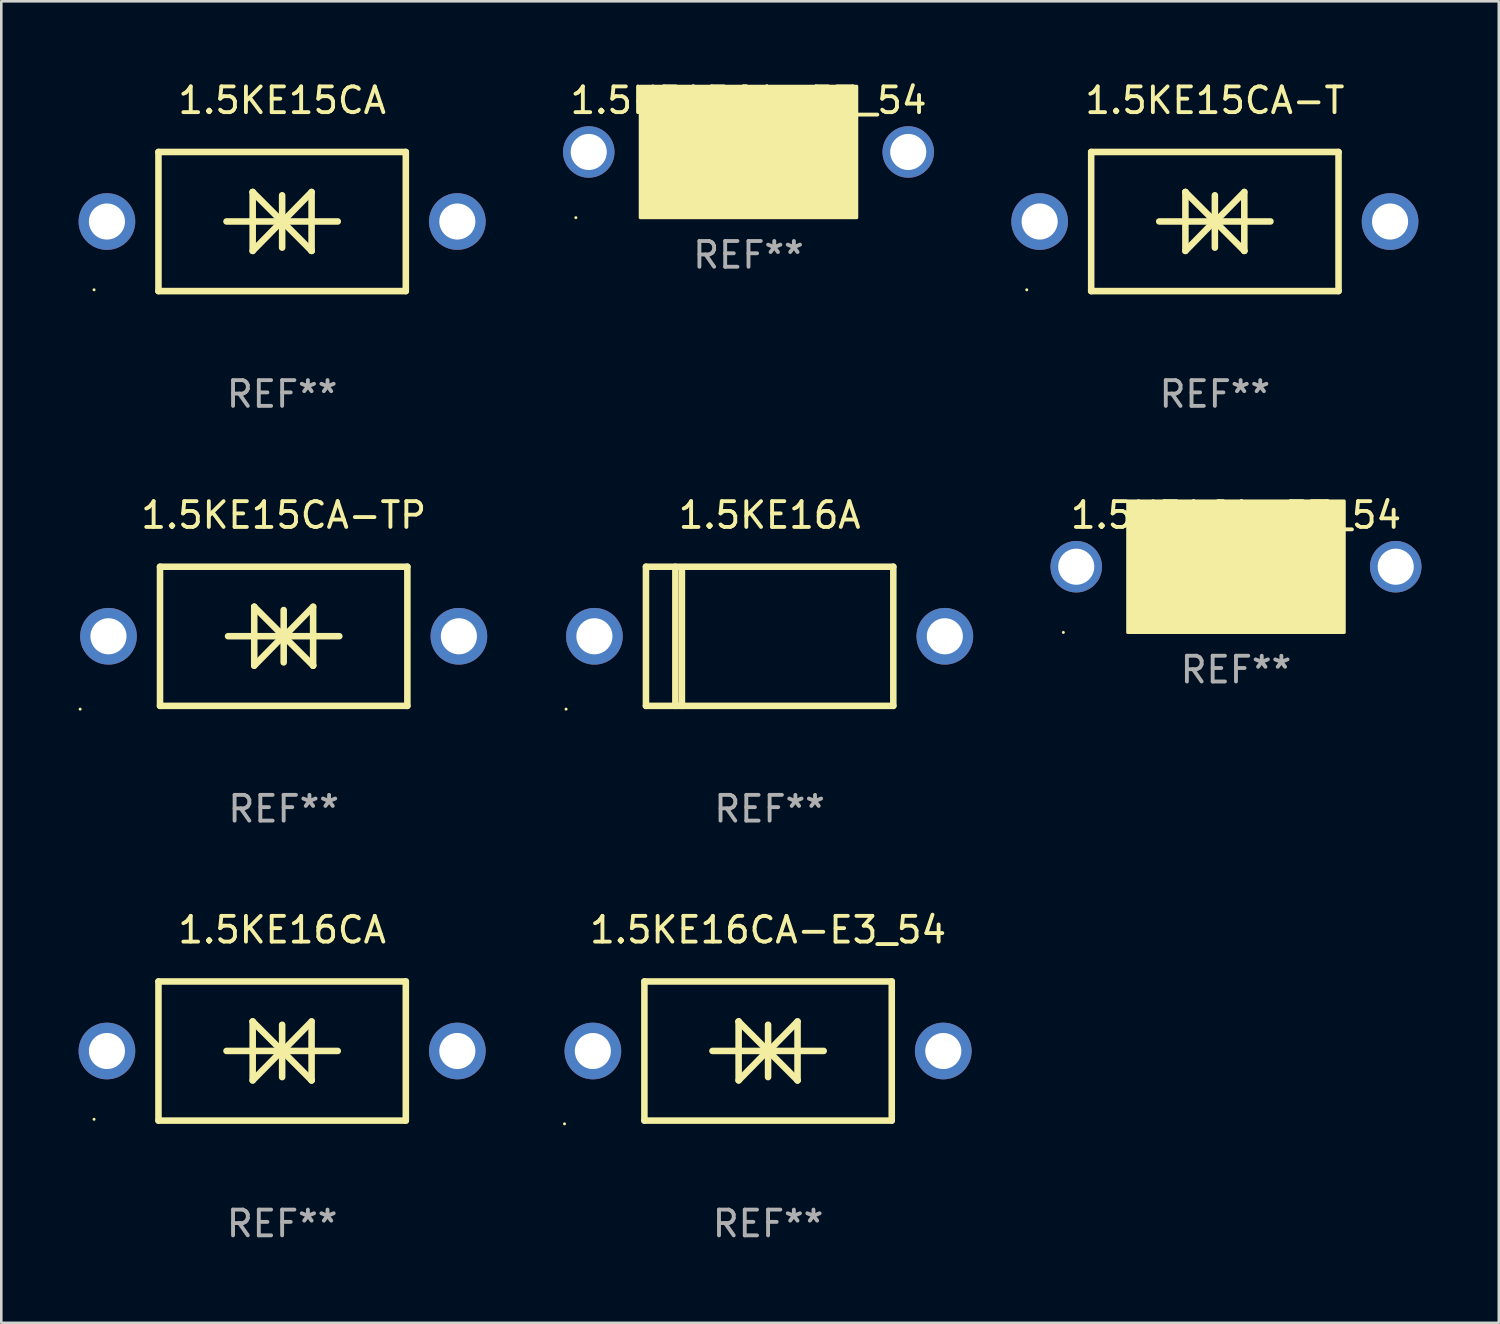
<source format=kicad_pcb>
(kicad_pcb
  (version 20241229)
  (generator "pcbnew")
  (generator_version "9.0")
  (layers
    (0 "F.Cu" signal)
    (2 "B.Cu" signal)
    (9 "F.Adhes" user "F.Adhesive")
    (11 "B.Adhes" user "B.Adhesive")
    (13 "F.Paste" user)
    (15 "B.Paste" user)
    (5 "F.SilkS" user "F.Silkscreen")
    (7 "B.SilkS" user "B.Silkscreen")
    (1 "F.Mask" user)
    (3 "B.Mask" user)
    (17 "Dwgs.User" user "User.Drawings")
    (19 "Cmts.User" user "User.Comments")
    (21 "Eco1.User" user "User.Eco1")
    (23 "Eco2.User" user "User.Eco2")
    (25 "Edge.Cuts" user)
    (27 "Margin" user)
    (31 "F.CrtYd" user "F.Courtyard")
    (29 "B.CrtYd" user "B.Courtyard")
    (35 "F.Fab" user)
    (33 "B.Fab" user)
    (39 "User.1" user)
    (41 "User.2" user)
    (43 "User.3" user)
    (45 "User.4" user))
  (footprint "1.5KE16CA-E3_54"
    (layer "F.Cu")
    (at 26.76 37.741)
    (property "Reference" "1.5KE16CA-E3_54" (at 0 -4.7 0) (layer "F.SilkS") (effects (font (size 1 1) (thickness 0.15))))
    (attr through_hole)
    (fp_line (start -4.8 -2.7) (end -4.8 2.7) (stroke (width 0.254) (type solid)) (layer "F.SilkS"))
    (fp_line (start -4.8 -2.7) (end 4.8 -2.7) (stroke (width 0.254) (type solid)) (layer "F.SilkS"))
    (fp_line (start -2.159 -0.003) (end 2.159 -0.003) (stroke (width 0.254) (type solid)) (layer "F.SilkS"))
    (fp_line (start -1.143 -1.146) (end -1.143 1.14) (stroke (width 0.254) (type solid)) (layer "F.SilkS"))
    (fp_line (start -1.143 -1.143) (end -1.143 -1.146) (stroke (width 0.254) (type solid)) (layer "F.SilkS"))
    (fp_line (start 0 -1.019) (end 0 1.013) (stroke (width 0.254) (type solid)) (layer "F.SilkS"))
    (fp_line (start 0 -0.026) (end -1.143 1.14) (stroke (width 0.254) (type solid)) (layer "F.SilkS"))
    (fp_line (start 0 -0.006) (end 1.143 1.137) (stroke (width 0.254) (type solid)) (layer "F.SilkS"))
    (fp_line (start 0 0) (end -1.143 -1.143) (stroke (width 0.254) (type solid)) (layer "F.SilkS"))
    (fp_line (start 0 0.02) (end 1.143 -1.146) (stroke (width 0.254) (type solid)) (layer "F.SilkS"))
    (fp_line (start 1.143 1.137) (end 1.143 1.14) (stroke (width 0.254) (type solid)) (layer "F.SilkS"))
    (fp_line (start 1.143 1.14) (end 1.143 -1.146) (stroke (width 0.254) (type solid)) (layer "F.SilkS"))
    (fp_line (start 4.8 -2.7) (end 4.8 2.7) (stroke (width 0.254) (type solid)) (layer "F.SilkS"))
    (fp_line (start 4.8 2.7) (end -4.8 2.7) (stroke (width 0.254) (type solid)) (layer "F.SilkS"))
    (fp_circle (center -7.9 2.827) (end -7.87 2.827) (stroke (width 0.06) (type solid)) (fill no) (layer "F.SilkS"))
    (fp_text user "REF**" (at 0 6.7 0) (layer "F.Fab") (effects (font (size 1 1) (thickness 0.15))))
    (pad "1" thru_hole circle (at -6.8 0) (size 2.2 2.2) (drill 1.4) (layers "*.Cu" "*.Mask"))
    (pad "2" thru_hole circle (at 6.8 0) (size 2.2 2.2) (drill 1.4) (layers "*.Cu" "*.Mask")))
  (footprint "1.5KE16CA"
    (layer "F.Cu")
    (at 7.9 37.741)
    (property "Reference" "1.5KE16CA" (at 0 -4.7 0) (layer "F.SilkS") (effects (font (size 1 1) (thickness 0.15))))
    (attr through_hole)
    (fp_line (start -4.8 -2.7) (end -4.8 2.7) (stroke (width 0.254) (type solid)) (layer "F.SilkS"))
    (fp_line (start -4.8 -2.7) (end 4.8 -2.7) (stroke (width 0.254) (type solid)) (layer "F.SilkS"))
    (fp_line (start -2.159 -0.003) (end 2.159 -0.003) (stroke (width 0.254) (type solid)) (layer "F.SilkS"))
    (fp_line (start -1.143 -1.146) (end -1.143 1.14) (stroke (width 0.254) (type solid)) (layer "F.SilkS"))
    (fp_line (start -1.143 -1.143) (end -1.143 -1.146) (stroke (width 0.254) (type solid)) (layer "F.SilkS"))
    (fp_line (start 0 -1.019) (end 0 1.013) (stroke (width 0.254) (type solid)) (layer "F.SilkS"))
    (fp_line (start 0 -0.026) (end -1.143 1.14) (stroke (width 0.254) (type solid)) (layer "F.SilkS"))
    (fp_line (start 0 -0.006) (end 1.143 1.137) (stroke (width 0.254) (type solid)) (layer "F.SilkS"))
    (fp_line (start 0 0) (end -1.143 -1.143) (stroke (width 0.254) (type solid)) (layer "F.SilkS"))
    (fp_line (start 0 0.02) (end 1.143 -1.146) (stroke (width 0.254) (type solid)) (layer "F.SilkS"))
    (fp_line (start 1.143 1.137) (end 1.143 1.14) (stroke (width 0.254) (type solid)) (layer "F.SilkS"))
    (fp_line (start 1.143 1.14) (end 1.143 -1.146) (stroke (width 0.254) (type solid)) (layer "F.SilkS"))
    (fp_line (start 4.8 -2.7) (end 4.8 2.7) (stroke (width 0.254) (type solid)) (layer "F.SilkS"))
    (fp_line (start 4.8 2.7) (end -4.8 2.7) (stroke (width 0.254) (type solid)) (layer "F.SilkS"))
    (fp_circle (center -7.3 2.65) (end -7.27 2.65) (stroke (width 0.06) (type solid)) (fill no) (layer "F.SilkS"))
    (fp_text user "REF**" (at 0 6.7 0) (layer "F.Fab") (effects (font (size 1 1) (thickness 0.15))))
    (pad "1" thru_hole circle (at -6.8 0) (size 2.2 2.2) (drill 1.4) (layers "*.Cu" "*.Mask"))
    (pad "2" thru_hole circle (at 6.8 0) (size 2.2 2.2) (drill 1.4) (layers "*.Cu" "*.Mask")))
  (footprint "1.5KE15CA"
    (layer "F.Cu")
    (at 7.9 5.548)
    (property "Reference" "1.5KE15CA" (at 0 -4.7 0) (layer "F.SilkS") (effects (font (size 1 1) (thickness 0.15))))
    (attr through_hole)
    (fp_line (start -4.8 -2.7) (end -4.8 2.7) (stroke (width 0.254) (type solid)) (layer "F.SilkS"))
    (fp_line (start -4.8 -2.7) (end 4.8 -2.7) (stroke (width 0.254) (type solid)) (layer "F.SilkS"))
    (fp_line (start -2.159 -0.003) (end 2.159 -0.003) (stroke (width 0.254) (type solid)) (layer "F.SilkS"))
    (fp_line (start -1.143 -1.146) (end -1.143 1.14) (stroke (width 0.254) (type solid)) (layer "F.SilkS"))
    (fp_line (start -1.143 -1.143) (end -1.143 -1.146) (stroke (width 0.254) (type solid)) (layer "F.SilkS"))
    (fp_line (start 0 -1.019) (end 0 1.013) (stroke (width 0.254) (type solid)) (layer "F.SilkS"))
    (fp_line (start 0 -0.026) (end -1.143 1.14) (stroke (width 0.254) (type solid)) (layer "F.SilkS"))
    (fp_line (start 0 -0.006) (end 1.143 1.137) (stroke (width 0.254) (type solid)) (layer "F.SilkS"))
    (fp_line (start 0 0) (end -1.143 -1.143) (stroke (width 0.254) (type solid)) (layer "F.SilkS"))
    (fp_line (start 0 0.02) (end 1.143 -1.146) (stroke (width 0.254) (type solid)) (layer "F.SilkS"))
    (fp_line (start 1.143 1.137) (end 1.143 1.14) (stroke (width 0.254) (type solid)) (layer "F.SilkS"))
    (fp_line (start 1.143 1.14) (end 1.143 -1.146) (stroke (width 0.254) (type solid)) (layer "F.SilkS"))
    (fp_line (start 4.8 -2.7) (end 4.8 2.7) (stroke (width 0.254) (type solid)) (layer "F.SilkS"))
    (fp_line (start 4.8 2.7) (end -4.8 2.7) (stroke (width 0.254) (type solid)) (layer "F.SilkS"))
    (fp_circle (center -7.3 2.65) (end -7.27 2.65) (stroke (width 0.06) (type solid)) (fill no) (layer "F.SilkS"))
    (fp_text user "REF**" (at 0 6.7 0) (layer "F.Fab") (effects (font (size 1 1) (thickness 0.15))))
    (pad "1" thru_hole circle (at -6.8 0) (size 2.2 2.2) (drill 1.4) (layers "*.Cu" "*.Mask"))
    (pad "2" thru_hole circle (at 6.8 0) (size 2.2 2.2) (drill 1.4) (layers "*.Cu" "*.Mask")))
  (footprint "1.5KE16A-E3_54"
    (layer "F.Cu")
    (at 44.92 18.945)
    (property "Reference" "1.5KE16A-E3_54" (at 0 -2 0) (layer "F.SilkS") (effects (font (size 1 1) (thickness 0.15))))
    (attr through_hole)
    (fp_circle (center -6.7 2.55) (end -6.67 2.55) (stroke (width 0.06) (type solid)) (fill no) (layer "F.SilkS"))
    (fp_poly (pts (xy -4.2 -2.55) (xy 4.2 -2.55) (xy 4.2 2.55) (xy -4.2 2.55)) (stroke (width 0.12) (type solid)) (fill yes) (layer "F.SilkS"))
    (fp_text user "REF**" (at 0 4 0) (layer "F.Fab") (effects (font (size 1 1) (thickness 0.15))))
    (pad "1" thru_hole circle (at -6.2 0) (size 2 2) (drill 1.4) (layers "*.Cu" "*.Mask"))
    (pad "2" thru_hole circle (at 6.2 0) (size 2 2) (drill 1.4) (layers "*.Cu" "*.Mask")))
  (footprint "1.5KE15CA-E3_54"
    (layer "F.Cu")
    (at 26 2.848)
    (property "Reference" "1.5KE15CA-E3_54" (at 0 -2 0) (layer "F.SilkS") (effects (font (size 1 1) (thickness 0.15))))
    (attr through_hole)
    (fp_circle (center -6.7 2.55) (end -6.67 2.55) (stroke (width 0.06) (type solid)) (fill no) (layer "F.SilkS"))
    (fp_poly (pts (xy -4.2 -2.55) (xy 4.2 -2.55) (xy 4.2 2.55) (xy -4.2 2.55)) (stroke (width 0.12) (type solid)) (fill yes) (layer "F.SilkS"))
    (fp_text user "REF**" (at 0 4 0) (layer "F.Fab") (effects (font (size 1 1) (thickness 0.15))))
    (pad "1" thru_hole circle (at -6.2 0) (size 2 2) (drill 1.4) (layers "*.Cu" "*.Mask"))
    (pad "2" thru_hole circle (at 6.2 0) (size 2 2) (drill 1.4) (layers "*.Cu" "*.Mask")))
  (footprint "1.5KE15CA-TP"
    (layer "F.Cu")
    (at 7.96 21.645)
    (property "Reference" "1.5KE15CA-TP" (at 0 -4.7 0) (layer "F.SilkS") (effects (font (size 1 1) (thickness 0.15))))
    (attr through_hole)
    (fp_line (start -4.8 -2.7) (end -4.8 2.7) (stroke (width 0.254) (type solid)) (layer "F.SilkS"))
    (fp_line (start -4.8 -2.7) (end 4.8 -2.7) (stroke (width 0.254) (type solid)) (layer "F.SilkS"))
    (fp_line (start -2.159 -0.003) (end 2.159 -0.003) (stroke (width 0.254) (type solid)) (layer "F.SilkS"))
    (fp_line (start -1.143 -1.146) (end -1.143 1.14) (stroke (width 0.254) (type solid)) (layer "F.SilkS"))
    (fp_line (start -1.143 -1.143) (end -1.143 -1.146) (stroke (width 0.254) (type solid)) (layer "F.SilkS"))
    (fp_line (start 0 -1.019) (end 0 1.013) (stroke (width 0.254) (type solid)) (layer "F.SilkS"))
    (fp_line (start 0 -0.026) (end -1.143 1.14) (stroke (width 0.254) (type solid)) (layer "F.SilkS"))
    (fp_line (start 0 -0.006) (end 1.143 1.137) (stroke (width 0.254) (type solid)) (layer "F.SilkS"))
    (fp_line (start 0 0) (end -1.143 -1.143) (stroke (width 0.254) (type solid)) (layer "F.SilkS"))
    (fp_line (start 0 0.02) (end 1.143 -1.146) (stroke (width 0.254) (type solid)) (layer "F.SilkS"))
    (fp_line (start 1.143 1.137) (end 1.143 1.14) (stroke (width 0.254) (type solid)) (layer "F.SilkS"))
    (fp_line (start 1.143 1.14) (end 1.143 -1.146) (stroke (width 0.254) (type solid)) (layer "F.SilkS"))
    (fp_line (start 4.8 -2.7) (end 4.8 2.7) (stroke (width 0.254) (type solid)) (layer "F.SilkS"))
    (fp_line (start 4.8 2.7) (end -4.8 2.7) (stroke (width 0.254) (type solid)) (layer "F.SilkS"))
    (fp_circle (center -7.9 2.827) (end -7.87 2.827) (stroke (width 0.06) (type solid)) (fill no) (layer "F.SilkS"))
    (fp_text user "REF**" (at 0 6.7 0) (layer "F.Fab") (effects (font (size 1 1) (thickness 0.15))))
    (pad "1" thru_hole circle (at -6.8 0) (size 2.2 2.2) (drill 1.4) (layers "*.Cu" "*.Mask"))
    (pad "2" thru_hole circle (at 6.8 0) (size 2.2 2.2) (drill 1.4) (layers "*.Cu" "*.Mask")))
  (footprint "1.5KE16A"
    (layer "F.Cu")
    (at 26.82 21.645)
    (property "Reference" "1.5KE16A" (at 0 -4.7 0) (layer "F.SilkS") (effects (font (size 1 1) (thickness 0.15))))
    (attr through_hole)
    (fp_line (start -4.8 -2.7) (end 4.8 -2.7) (stroke (width 0.254) (type solid)) (layer "F.SilkS"))
    (fp_line (start -4.8 2.7) (end -4.8 -2.7) (stroke (width 0.254) (type solid)) (layer "F.SilkS"))
    (fp_line (start -3.658 2.7) (end -3.658 -2.7) (stroke (width 0.254) (type solid)) (layer "F.SilkS"))
    (fp_line (start -3.404 2.7) (end -3.404 -2.54) (stroke (width 0.254) (type solid)) (layer "F.SilkS"))
    (fp_line (start 4.8 2.7) (end -4.8 2.7) (stroke (width 0.254) (type solid)) (layer "F.SilkS"))
    (fp_line (start 4.8 2.7) (end 4.8 -2.7) (stroke (width 0.254) (type solid)) (layer "F.SilkS"))
    (fp_circle (center -7.9 2.827) (end -7.87 2.827) (stroke (width 0.06) (type solid)) (fill no) (layer "F.SilkS"))
    (fp_text user "REF**" (at 0 6.7 0) (layer "F.Fab") (effects (font (size 1 1) (thickness 0.15))))
    (pad "1" thru_hole circle (at -6.8 0) (size 2.2 2.2) (drill 1.4) (layers "*.Cu" "*.Mask"))
    (pad "2" thru_hole circle (at 6.8 0) (size 2.2 2.2) (drill 1.4) (layers "*.Cu" "*.Mask")))
  (footprint "1.5KE15CA-T"
    (layer "F.Cu")
    (at 44.1 5.548)
    (property "Reference" "1.5KE15CA-T" (at 0 -4.7 0) (layer "F.SilkS") (effects (font (size 1 1) (thickness 0.15))))
    (attr through_hole)
    (fp_line (start -4.8 -2.7) (end -4.8 2.7) (stroke (width 0.254) (type solid)) (layer "F.SilkS"))
    (fp_line (start -4.8 -2.7) (end 4.8 -2.7) (stroke (width 0.254) (type solid)) (layer "F.SilkS"))
    (fp_line (start -2.159 -0.003) (end 2.159 -0.003) (stroke (width 0.254) (type solid)) (layer "F.SilkS"))
    (fp_line (start -1.143 -1.146) (end -1.143 1.14) (stroke (width 0.254) (type solid)) (layer "F.SilkS"))
    (fp_line (start -1.143 -1.143) (end -1.143 -1.146) (stroke (width 0.254) (type solid)) (layer "F.SilkS"))
    (fp_line (start 0 -1.019) (end 0 1.013) (stroke (width 0.254) (type solid)) (layer "F.SilkS"))
    (fp_line (start 0 -0.026) (end -1.143 1.14) (stroke (width 0.254) (type solid)) (layer "F.SilkS"))
    (fp_line (start 0 -0.006) (end 1.143 1.137) (stroke (width 0.254) (type solid)) (layer "F.SilkS"))
    (fp_line (start 0 0) (end -1.143 -1.143) (stroke (width 0.254) (type solid)) (layer "F.SilkS"))
    (fp_line (start 0 0.02) (end 1.143 -1.146) (stroke (width 0.254) (type solid)) (layer "F.SilkS"))
    (fp_line (start 1.143 1.137) (end 1.143 1.14) (stroke (width 0.254) (type solid)) (layer "F.SilkS"))
    (fp_line (start 1.143 1.14) (end 1.143 -1.146) (stroke (width 0.254) (type solid)) (layer "F.SilkS"))
    (fp_line (start 4.8 -2.7) (end 4.8 2.7) (stroke (width 0.254) (type solid)) (layer "F.SilkS"))
    (fp_line (start 4.8 2.7) (end -4.8 2.7) (stroke (width 0.254) (type solid)) (layer "F.SilkS"))
    (fp_circle (center -7.3 2.65) (end -7.27 2.65) (stroke (width 0.06) (type solid)) (fill no) (layer "F.SilkS"))
    (fp_text user "REF**" (at 0 6.7 0) (layer "F.Fab") (effects (font (size 1 1) (thickness 0.15))))
    (pad "1" thru_hole circle (at -6.8 0) (size 2.2 2.2) (drill 1.4) (layers "*.Cu" "*.Mask"))
    (pad "2" thru_hole circle (at 6.8 0) (size 2.2 2.2) (drill 1.4) (layers "*.Cu" "*.Mask")))
  (gr_rect
    (start -3 -3)
    (end 55.12 48.289)
    (stroke (width 0.1) (type default))
    (fill no)
    (layer "Edge.Cuts")))
</source>
